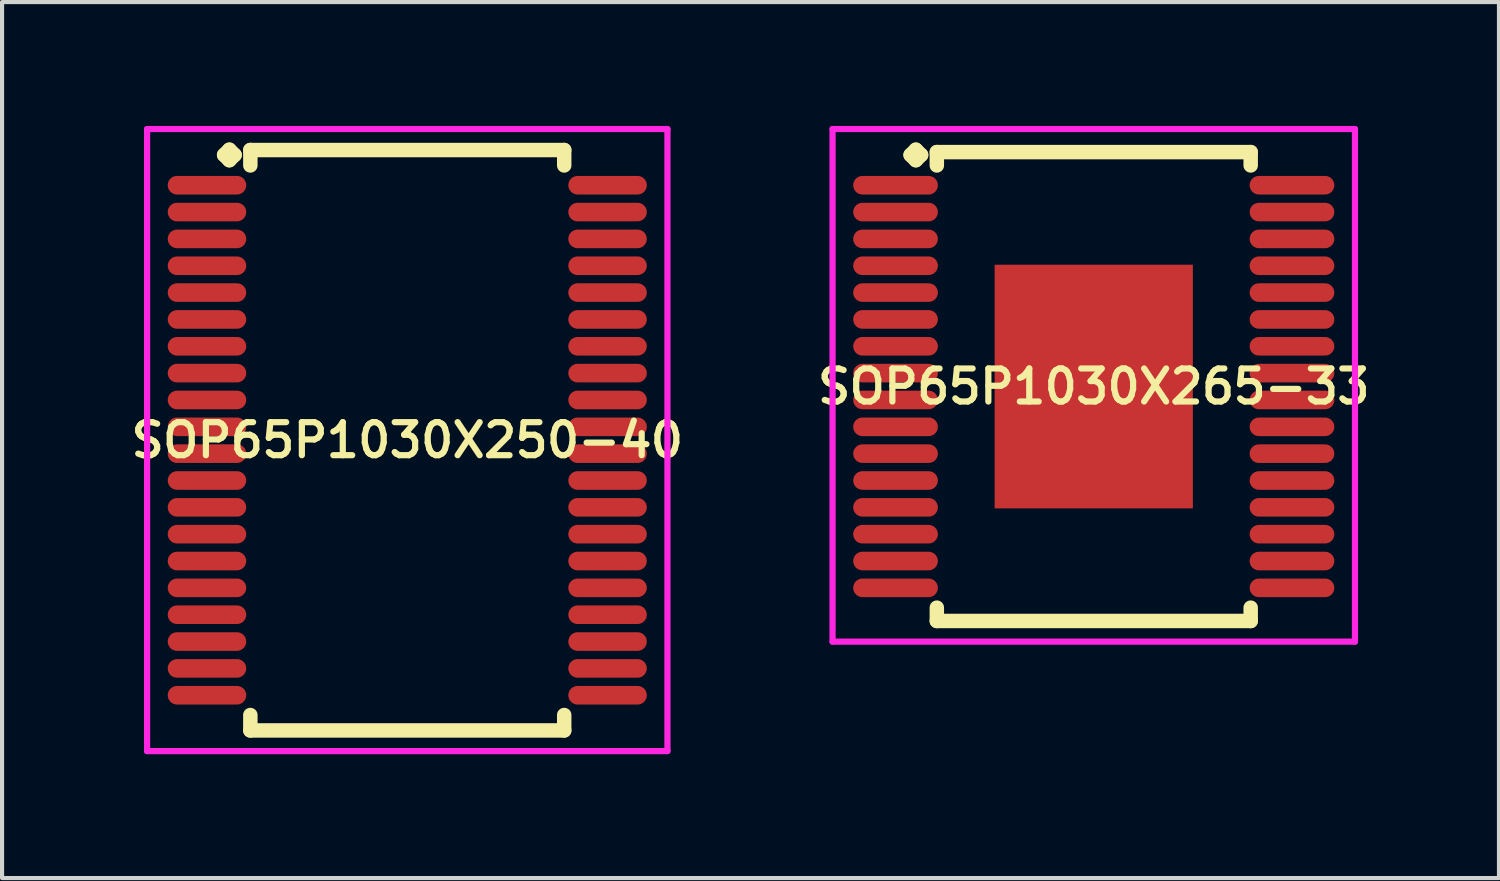
<source format=kicad_pcb>
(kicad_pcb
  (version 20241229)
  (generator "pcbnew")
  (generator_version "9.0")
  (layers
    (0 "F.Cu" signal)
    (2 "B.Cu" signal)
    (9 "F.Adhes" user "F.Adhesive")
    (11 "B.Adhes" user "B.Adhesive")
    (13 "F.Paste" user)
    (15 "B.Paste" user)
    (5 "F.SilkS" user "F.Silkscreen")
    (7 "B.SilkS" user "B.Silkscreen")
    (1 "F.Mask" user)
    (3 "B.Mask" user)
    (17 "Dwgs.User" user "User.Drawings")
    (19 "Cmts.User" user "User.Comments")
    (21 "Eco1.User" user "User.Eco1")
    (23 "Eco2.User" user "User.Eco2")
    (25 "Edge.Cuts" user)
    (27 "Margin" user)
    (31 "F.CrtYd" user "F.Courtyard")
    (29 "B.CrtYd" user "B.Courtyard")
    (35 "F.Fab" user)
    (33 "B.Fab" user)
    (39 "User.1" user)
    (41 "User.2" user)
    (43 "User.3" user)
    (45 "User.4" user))
  (footprint "SOP65P1030X250-40"
    (layer "F.Cu")
    (at 6.812 7.61)
    (property "Reference" "SOP65P1030X250-40" (at 0 0 0) (layer "F.SilkS") (effects (font (size 0.8 0.8) (thickness 0.15))))
    (attr through_hole)
    (fp_line (start -4.435 -6.908) (end -4.308 -7.035) (stroke (width 0.35) (type solid)) (layer "F.SilkS"))
    (fp_line (start -4.308 -7.035) (end -4.181 -6.908) (stroke (width 0.35) (type solid)) (layer "F.SilkS"))
    (fp_line (start -4.308 -6.781) (end -4.435 -6.908) (stroke (width 0.35) (type solid)) (layer "F.SilkS"))
    (fp_line (start -4.181 -6.908) (end -4.308 -6.781) (stroke (width 0.35) (type solid)) (layer "F.SilkS"))
    (fp_line (start -3.8 -7.027) (end 3.8 -7.027) (stroke (width 0.35) (type solid)) (layer "F.SilkS"))
    (fp_line (start -3.8 -6.654) (end -3.8 -7.027) (stroke (width 0.35) (type solid)) (layer "F.SilkS"))
    (fp_line (start -3.8 6.654) (end -3.8 7.027) (stroke (width 0.35) (type solid)) (layer "F.SilkS"))
    (fp_line (start -3.8 7.027) (end 3.8 7.027) (stroke (width 0.35) (type solid)) (layer "F.SilkS"))
    (fp_line (start 3.8 -7.027) (end 3.8 -6.654) (stroke (width 0.35) (type solid)) (layer "F.SilkS"))
    (fp_line (start 3.8 7.027) (end 3.8 6.654) (stroke (width 0.35) (type solid)) (layer "F.SilkS"))
    (fp_line (start -6.3 -7.535) (end 6.3 -7.535) (stroke (width 0.15) (type solid)) (layer "F.CrtYd"))
    (fp_line (start -6.3 7.527) (end -6.3 -7.535) (stroke (width 0.15) (type solid)) (layer "F.CrtYd"))
    (fp_line (start 6.3 -7.535) (end 6.3 7.527) (stroke (width 0.15) (type solid)) (layer "F.CrtYd"))
    (fp_line (start 6.3 7.527) (end -6.3 7.527) (stroke (width 0.15) (type solid)) (layer "F.CrtYd"))
    (pad "1" smd oval (at -4.85 -6.175) (size 1.9 0.45) (layers "F.Cu" "F.Mask" "F.Paste"))
    (pad "2" smd oval (at -4.85 -5.525) (size 1.9 0.45) (layers "F.Cu" "F.Mask" "F.Paste"))
    (pad "3" smd oval (at -4.85 -4.875) (size 1.9 0.45) (layers "F.Cu" "F.Mask" "F.Paste"))
    (pad "4" smd oval (at -4.85 -4.225) (size 1.9 0.45) (layers "F.Cu" "F.Mask" "F.Paste"))
    (pad "5" smd oval (at -4.85 -3.575) (size 1.9 0.45) (layers "F.Cu" "F.Mask" "F.Paste"))
    (pad "6" smd oval (at -4.85 -2.925) (size 1.9 0.45) (layers "F.Cu" "F.Mask" "F.Paste"))
    (pad "7" smd oval (at -4.85 -2.275) (size 1.9 0.45) (layers "F.Cu" "F.Mask" "F.Paste"))
    (pad "8" smd oval (at -4.85 -1.625) (size 1.9 0.45) (layers "F.Cu" "F.Mask" "F.Paste"))
    (pad "9" smd oval (at -4.85 -0.975) (size 1.9 0.45) (layers "F.Cu" "F.Mask" "F.Paste"))
    (pad "10" smd oval (at -4.85 -0.325) (size 1.9 0.45) (layers "F.Cu" "F.Mask" "F.Paste"))
    (pad "11" smd oval (at -4.85 0.325) (size 1.9 0.45) (layers "F.Cu" "F.Mask" "F.Paste"))
    (pad "12" smd oval (at -4.85 0.975) (size 1.9 0.45) (layers "F.Cu" "F.Mask" "F.Paste"))
    (pad "13" smd oval (at -4.85 1.625) (size 1.9 0.45) (layers "F.Cu" "F.Mask" "F.Paste"))
    (pad "14" smd oval (at -4.85 2.275) (size 1.9 0.45) (layers "F.Cu" "F.Mask" "F.Paste"))
    (pad "15" smd oval (at -4.85 2.925) (size 1.9 0.45) (layers "F.Cu" "F.Mask" "F.Paste"))
    (pad "16" smd oval (at -4.85 3.575) (size 1.9 0.45) (layers "F.Cu" "F.Mask" "F.Paste"))
    (pad "17" smd oval (at -4.85 4.225) (size 1.9 0.45) (layers "F.Cu" "F.Mask" "F.Paste"))
    (pad "18" smd oval (at -4.85 4.875) (size 1.9 0.45) (layers "F.Cu" "F.Mask" "F.Paste"))
    (pad "19" smd oval (at -4.85 5.525) (size 1.9 0.45) (layers "F.Cu" "F.Mask" "F.Paste"))
    (pad "20" smd oval (at -4.85 6.175) (size 1.9 0.45) (layers "F.Cu" "F.Mask" "F.Paste"))
    (pad "21" smd oval (at 4.85 6.175) (size 1.9 0.45) (layers "F.Cu" "F.Mask" "F.Paste"))
    (pad "22" smd oval (at 4.85 5.525) (size 1.9 0.45) (layers "F.Cu" "F.Mask" "F.Paste"))
    (pad "23" smd oval (at 4.85 4.875) (size 1.9 0.45) (layers "F.Cu" "F.Mask" "F.Paste"))
    (pad "24" smd oval (at 4.85 4.225) (size 1.9 0.45) (layers "F.Cu" "F.Mask" "F.Paste"))
    (pad "25" smd oval (at 4.85 3.575) (size 1.9 0.45) (layers "F.Cu" "F.Mask" "F.Paste"))
    (pad "26" smd oval (at 4.85 2.925) (size 1.9 0.45) (layers "F.Cu" "F.Mask" "F.Paste"))
    (pad "27" smd oval (at 4.85 2.275) (size 1.9 0.45) (layers "F.Cu" "F.Mask" "F.Paste"))
    (pad "28" smd oval (at 4.85 1.625) (size 1.9 0.45) (layers "F.Cu" "F.Mask" "F.Paste"))
    (pad "29" smd oval (at 4.85 0.975) (size 1.9 0.45) (layers "F.Cu" "F.Mask" "F.Paste"))
    (pad "30" smd oval (at 4.85 0.325) (size 1.9 0.45) (layers "F.Cu" "F.Mask" "F.Paste"))
    (pad "31" smd oval (at 4.85 -0.325) (size 1.9 0.45) (layers "F.Cu" "F.Mask" "F.Paste"))
    (pad "32" smd oval (at 4.85 -0.975) (size 1.9 0.45) (layers "F.Cu" "F.Mask" "F.Paste"))
    (pad "33" smd oval (at 4.85 -1.625) (size 1.9 0.45) (layers "F.Cu" "F.Mask" "F.Paste"))
    (pad "34" smd oval (at 4.85 -2.275) (size 1.9 0.45) (layers "F.Cu" "F.Mask" "F.Paste"))
    (pad "35" smd oval (at 4.85 -2.925) (size 1.9 0.45) (layers "F.Cu" "F.Mask" "F.Paste"))
    (pad "36" smd oval (at 4.85 -3.575) (size 1.9 0.45) (layers "F.Cu" "F.Mask" "F.Paste"))
    (pad "37" smd oval (at 4.85 -4.225) (size 1.9 0.45) (layers "F.Cu" "F.Mask" "F.Paste"))
    (pad "38" smd oval (at 4.85 -4.875) (size 1.9 0.45) (layers "F.Cu" "F.Mask" "F.Paste"))
    (pad "39" smd oval (at 4.85 -5.525) (size 1.9 0.45) (layers "F.Cu" "F.Mask" "F.Paste"))
    (pad "40" smd oval (at 4.85 -6.175) (size 1.9 0.45) (layers "F.Cu" "F.Mask" "F.Paste")))
  (footprint "SOP65P1030X265-33"
    (layer "F.Cu")
    (at 23.435 6.31)
    (property "Reference" "SOP65P1030X265-33" (at 0 0 0) (layer "F.SilkS") (effects (font (size 0.8 0.8) (thickness 0.15))))
    (attr through_hole)
    (fp_line (start -4.435 -5.608) (end -4.308 -5.735) (stroke (width 0.35) (type solid)) (layer "F.SilkS"))
    (fp_line (start -4.308 -5.735) (end -4.181 -5.608) (stroke (width 0.35) (type solid)) (layer "F.SilkS"))
    (fp_line (start -4.308 -5.481) (end -4.435 -5.608) (stroke (width 0.35) (type solid)) (layer "F.SilkS"))
    (fp_line (start -4.181 -5.608) (end -4.308 -5.481) (stroke (width 0.35) (type solid)) (layer "F.SilkS"))
    (fp_line (start -3.8 -5.677) (end 3.8 -5.677) (stroke (width 0.35) (type solid)) (layer "F.SilkS"))
    (fp_line (start -3.8 -5.354) (end -3.8 -5.677) (stroke (width 0.35) (type solid)) (layer "F.SilkS"))
    (fp_line (start -3.8 5.354) (end -3.8 5.677) (stroke (width 0.35) (type solid)) (layer "F.SilkS"))
    (fp_line (start -3.8 5.677) (end 3.8 5.677) (stroke (width 0.35) (type solid)) (layer "F.SilkS"))
    (fp_line (start 3.8 -5.677) (end 3.8 -5.354) (stroke (width 0.35) (type solid)) (layer "F.SilkS"))
    (fp_line (start 3.8 5.677) (end 3.8 5.354) (stroke (width 0.35) (type solid)) (layer "F.SilkS"))
    (fp_line (start -6.325 -6.235) (end 6.325 -6.235) (stroke (width 0.15) (type solid)) (layer "F.CrtYd"))
    (fp_line (start -6.325 6.177) (end -6.325 -6.235) (stroke (width 0.15) (type solid)) (layer "F.CrtYd"))
    (fp_line (start 6.325 -6.235) (end 6.325 6.177) (stroke (width 0.15) (type solid)) (layer "F.CrtYd"))
    (fp_line (start 6.325 6.177) (end -6.325 6.177) (stroke (width 0.15) (type solid)) (layer "F.CrtYd"))
    (pad "1" smd oval (at -4.8 -4.875) (size 2.05 0.45) (layers "F.Cu" "F.Mask" "F.Paste"))
    (pad "2" smd oval (at -4.8 -4.225) (size 2.05 0.45) (layers "F.Cu" "F.Mask" "F.Paste"))
    (pad "3" smd oval (at -4.8 -3.575) (size 2.05 0.45) (layers "F.Cu" "F.Mask" "F.Paste"))
    (pad "4" smd oval (at -4.8 -2.925) (size 2.05 0.45) (layers "F.Cu" "F.Mask" "F.Paste"))
    (pad "5" smd oval (at -4.8 -2.275) (size 2.05 0.45) (layers "F.Cu" "F.Mask" "F.Paste"))
    (pad "6" smd oval (at -4.8 -1.625) (size 2.05 0.45) (layers "F.Cu" "F.Mask" "F.Paste"))
    (pad "7" smd oval (at -4.8 -0.975) (size 2.05 0.45) (layers "F.Cu" "F.Mask" "F.Paste"))
    (pad "8" smd oval (at -4.8 -0.325) (size 2.05 0.45) (layers "F.Cu" "F.Mask" "F.Paste"))
    (pad "9" smd oval (at -4.8 0.325) (size 2.05 0.45) (layers "F.Cu" "F.Mask" "F.Paste"))
    (pad "10" smd oval (at -4.8 0.975) (size 2.05 0.45) (layers "F.Cu" "F.Mask" "F.Paste"))
    (pad "11" smd oval (at -4.8 1.625) (size 2.05 0.45) (layers "F.Cu" "F.Mask" "F.Paste"))
    (pad "12" smd oval (at -4.8 2.275) (size 2.05 0.45) (layers "F.Cu" "F.Mask" "F.Paste"))
    (pad "13" smd oval (at -4.8 2.925) (size 2.05 0.45) (layers "F.Cu" "F.Mask" "F.Paste"))
    (pad "14" smd oval (at -4.8 3.575) (size 2.05 0.45) (layers "F.Cu" "F.Mask" "F.Paste"))
    (pad "15" smd oval (at -4.8 4.225) (size 2.05 0.45) (layers "F.Cu" "F.Mask" "F.Paste"))
    (pad "16" smd oval (at -4.8 4.875) (size 2.05 0.45) (layers "F.Cu" "F.Mask" "F.Paste"))
    (pad "17" smd oval (at 4.8 4.875) (size 2.05 0.45) (layers "F.Cu" "F.Mask" "F.Paste"))
    (pad "18" smd oval (at 4.8 4.225) (size 2.05 0.45) (layers "F.Cu" "F.Mask" "F.Paste"))
    (pad "19" smd oval (at 4.8 3.575) (size 2.05 0.45) (layers "F.Cu" "F.Mask" "F.Paste"))
    (pad "20" smd oval (at 4.8 2.925) (size 2.05 0.45) (layers "F.Cu" "F.Mask" "F.Paste"))
    (pad "21" smd oval (at 4.8 2.275) (size 2.05 0.45) (layers "F.Cu" "F.Mask" "F.Paste"))
    (pad "22" smd oval (at 4.8 1.625) (size 2.05 0.45) (layers "F.Cu" "F.Mask" "F.Paste"))
    (pad "23" smd oval (at 4.8 0.975) (size 2.05 0.45) (layers "F.Cu" "F.Mask" "F.Paste"))
    (pad "24" smd oval (at 4.8 0.325) (size 2.05 0.45) (layers "F.Cu" "F.Mask" "F.Paste"))
    (pad "25" smd oval (at 4.8 -0.325) (size 2.05 0.45) (layers "F.Cu" "F.Mask" "F.Paste"))
    (pad "26" smd oval (at 4.8 -0.975) (size 2.05 0.45) (layers "F.Cu" "F.Mask" "F.Paste"))
    (pad "27" smd oval (at 4.8 -1.625) (size 2.05 0.45) (layers "F.Cu" "F.Mask" "F.Paste"))
    (pad "28" smd oval (at 4.8 -2.275) (size 2.05 0.45) (layers "F.Cu" "F.Mask" "F.Paste"))
    (pad "29" smd oval (at 4.8 -2.925) (size 2.05 0.45) (layers "F.Cu" "F.Mask" "F.Paste"))
    (pad "30" smd oval (at 4.8 -3.575) (size 2.05 0.45) (layers "F.Cu" "F.Mask" "F.Paste"))
    (pad "31" smd oval (at 4.8 -4.225) (size 2.05 0.45) (layers "F.Cu" "F.Mask" "F.Paste"))
    (pad "32" smd oval (at 4.8 -4.875) (size 2.05 0.45) (layers "F.Cu" "F.Mask" "F.Paste"))
    (pad "33" smd rect (at 0 0) (size 4.8 5.9) (layers "F.Cu" "F.Mask" "F.Paste")))
  (gr_rect
    (start -3 -3)
    (end 33.247 18.212)
    (stroke (width 0.1) (type default))
    (fill no)
    (layer "Edge.Cuts")))
</source>
